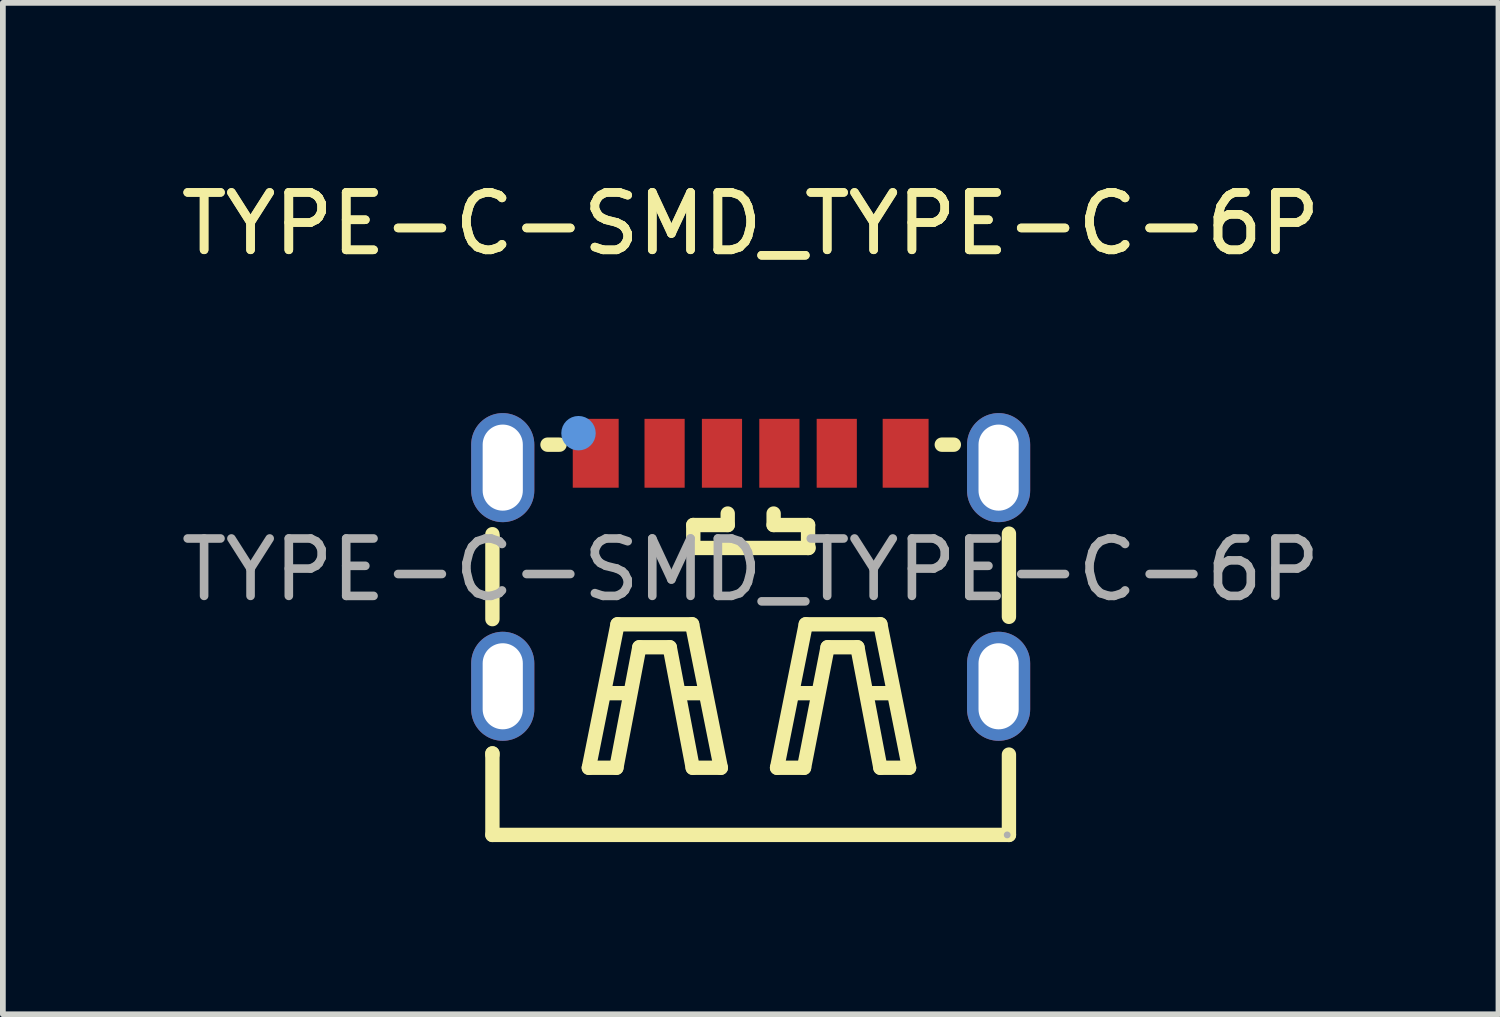
<source format=kicad_pcb>
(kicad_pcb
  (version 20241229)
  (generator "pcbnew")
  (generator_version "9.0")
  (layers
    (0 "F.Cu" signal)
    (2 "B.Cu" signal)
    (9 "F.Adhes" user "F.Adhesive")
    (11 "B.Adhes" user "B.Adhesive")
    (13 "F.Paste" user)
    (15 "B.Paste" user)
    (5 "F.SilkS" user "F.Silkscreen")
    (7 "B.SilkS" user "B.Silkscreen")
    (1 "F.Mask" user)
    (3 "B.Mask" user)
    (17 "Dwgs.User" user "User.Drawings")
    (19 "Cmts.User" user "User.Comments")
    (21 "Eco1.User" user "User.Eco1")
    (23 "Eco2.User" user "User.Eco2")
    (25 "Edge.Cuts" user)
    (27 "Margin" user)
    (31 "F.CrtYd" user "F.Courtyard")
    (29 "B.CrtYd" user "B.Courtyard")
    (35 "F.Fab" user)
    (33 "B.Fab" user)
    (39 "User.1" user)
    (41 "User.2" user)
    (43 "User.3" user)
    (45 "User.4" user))
  (footprint "TYPE-C-SMD_TYPE-C-6P"
    (layer "F.Cu")
    (at 10.03 6.878)
    (property "Reference" "TYPE-C-SMD_TYPE-C-6P" (at 0 -6.03 0) (layer "F.SilkS") (effects (font (size 1 1) (thickness 0.15))))
    (attr smd)
    (fp_line (start -4.5 -0.58) (end -4.5 -0.62) (stroke (width 0.25) (type solid)) (layer "F.SilkS"))
    (fp_line (start -4.5 -0.58) (end -4.5 0.86) (stroke (width 0.25) (type solid)) (layer "F.SilkS"))
    (fp_line (start -4.5 3.2) (end -4.5 4.62) (stroke (width 0.25) (type solid)) (layer "F.SilkS"))
    (fp_line (start -4.5 3.22) (end -4.5 3.2) (stroke (width 0.25) (type solid)) (layer "F.SilkS"))
    (fp_line (start -4.5 4.62) (end 4.5 4.62) (stroke (width 0.25) (type solid)) (layer "F.SilkS"))
    (fp_line (start -3.54 -2.18) (end -3.33 -2.18) (stroke (width 0.25) (type solid)) (layer "F.SilkS"))
    (fp_line (start -2.82 3.45) (end -2.32 0.95) (stroke (width 0.25) (type solid)) (layer "F.SilkS"))
    (fp_line (start -2.52 2.15) (end -2.12 2.15) (stroke (width 0.25) (type solid)) (layer "F.SilkS"))
    (fp_line (start -2.34 3.45) (end -2.82 3.45) (stroke (width 0.25) (type solid)) (layer "F.SilkS"))
    (fp_line (start -2.32 0.95) (end -1.02 0.95) (stroke (width 0.25) (type solid)) (layer "F.SilkS"))
    (fp_line (start -1.94 1.35) (end -2.34 3.45) (stroke (width 0.25) (type solid)) (layer "F.SilkS"))
    (fp_line (start -1.41 1.35) (end -1.94 1.35) (stroke (width 0.25) (type solid)) (layer "F.SilkS"))
    (fp_line (start -1.22 2.15) (end -0.82 2.15) (stroke (width 0.25) (type solid)) (layer "F.SilkS"))
    (fp_line (start -1.02 0.95) (end -0.52 3.45) (stroke (width 0.25) (type solid)) (layer "F.SilkS"))
    (fp_line (start -1.01 -0.38) (end 1.01 -0.38) (stroke (width 0.25) (type solid)) (layer "F.SilkS"))
    (fp_line (start -1.01 3.45) (end -1.41 1.35) (stroke (width 0.25) (type solid)) (layer "F.SilkS"))
    (fp_line (start -1 -0.78) (end -0.4 -0.78) (stroke (width 0.25) (type solid)) (layer "F.SilkS"))
    (fp_line (start -1 -0.38) (end -1 -0.78) (stroke (width 0.25) (type solid)) (layer "F.SilkS"))
    (fp_line (start -0.52 3.45) (end -1.01 3.45) (stroke (width 0.25) (type solid)) (layer "F.SilkS"))
    (fp_line (start -0.4 -0.78) (end -0.4 -0.98) (stroke (width 0.25) (type solid)) (layer "F.SilkS"))
    (fp_line (start 0.4 -0.78) (end 0.4 -0.98) (stroke (width 0.25) (type solid)) (layer "F.SilkS"))
    (fp_line (start 0.46 3.45) (end 0.96 0.95) (stroke (width 0.25) (type solid)) (layer "F.SilkS"))
    (fp_line (start 0.76 2.15) (end 1.16 2.15) (stroke (width 0.25) (type solid)) (layer "F.SilkS"))
    (fp_line (start 0.93 3.45) (end 0.46 3.45) (stroke (width 0.25) (type solid)) (layer "F.SilkS"))
    (fp_line (start 0.96 0.95) (end 2.26 0.95) (stroke (width 0.25) (type solid)) (layer "F.SilkS"))
    (fp_line (start 1 -0.78) (end 0.4 -0.78) (stroke (width 0.25) (type solid)) (layer "F.SilkS"))
    (fp_line (start 1 -0.38) (end 1 -0.78) (stroke (width 0.25) (type solid)) (layer "F.SilkS"))
    (fp_line (start 1.34 1.35) (end 0.93 3.45) (stroke (width 0.25) (type solid)) (layer "F.SilkS"))
    (fp_line (start 1.86 1.35) (end 1.34 1.35) (stroke (width 0.25) (type solid)) (layer "F.SilkS"))
    (fp_line (start 2.06 2.15) (end 2.46 2.15) (stroke (width 0.25) (type solid)) (layer "F.SilkS"))
    (fp_line (start 2.26 0.95) (end 2.76 3.45) (stroke (width 0.25) (type solid)) (layer "F.SilkS"))
    (fp_line (start 2.26 3.45) (end 1.86 1.35) (stroke (width 0.25) (type solid)) (layer "F.SilkS"))
    (fp_line (start 2.76 3.45) (end 2.26 3.45) (stroke (width 0.25) (type solid)) (layer "F.SilkS"))
    (fp_line (start 3.33 -2.18) (end 3.54 -2.18) (stroke (width 0.25) (type solid)) (layer "F.SilkS"))
    (fp_line (start 4.5 0.82) (end 4.5 -0.63) (stroke (width 0.25) (type solid)) (layer "F.SilkS"))
    (fp_line (start 4.5 4.62) (end 4.5 3.22) (stroke (width 0.25) (type solid)) (layer "F.SilkS"))
    (fp_circle (center -3 -2.38) (end -2.85 -2.38) (stroke (width 0.3) (type solid)) (fill no) (layer "Cmts.User"))
    (fp_circle (center 4.47 4.62) (end 4.5 4.62) (stroke (width 0.06) (type solid)) (fill no) (layer "F.Fab"))
    (fp_text user "${REFERENCE}" (at 0 -6.03 0) (layer "F.SilkS") (effects (font (size 1 1) (thickness 0.15))))
    (fp_text user "${REFERENCE}" (at 0 0 0) (layer "F.Fab") (effects (font (size 1 1) (thickness 0.15))))
    (pad "7" thru_hole oval (at -4.32 -1.78) (size 1.1 1.9) (drill oval 0.7 1.5) (layers "*.Cu" "*.Mask"))
    (pad "7" thru_hole oval (at -4.32 2.03) (size 1.1 1.9) (drill oval 0.7 1.5) (layers "*.Cu" "*.Mask"))
    (pad "7" thru_hole oval (at 4.32 -1.78) (size 1.1 1.9) (drill oval 0.7 1.5) (layers "*.Cu" "*.Mask"))
    (pad "7" thru_hole oval (at 4.32 2.03) (size 1.1 1.9) (drill oval 0.7 1.5) (layers "*.Cu" "*.Mask"))
    (pad "A5" smd rect (at -0.5 -2.03) (size 0.7 1.2) (layers "F.Cu" "F.Mask" "F.Paste"))
    (pad "A9" smd rect (at 1.5 -2.03) (size 0.7 1.2) (layers "F.Cu" "F.Mask" "F.Paste"))
    (pad "A12" smd rect (at 2.7 -2.03) (size 0.8 1.2) (layers "F.Cu" "F.Mask" "F.Paste"))
    (pad "B5" smd rect (at 0.5 -2.03) (size 0.7 1.2) (layers "F.Cu" "F.Mask" "F.Paste"))
    (pad "B9" smd rect (at -1.5 -2.03) (size 0.7 1.2) (layers "F.Cu" "F.Mask" "F.Paste"))
    (pad "B12" smd rect (at -2.7 -2.03) (size 0.8 1.2) (layers "F.Cu" "F.Mask" "F.Paste")))
  (gr_rect
    (start -3 -3)
    (end 23.06 14.623)
    (stroke (width 0.1) (type default))
    (fill no)
    (layer "Edge.Cuts")))
</source>
